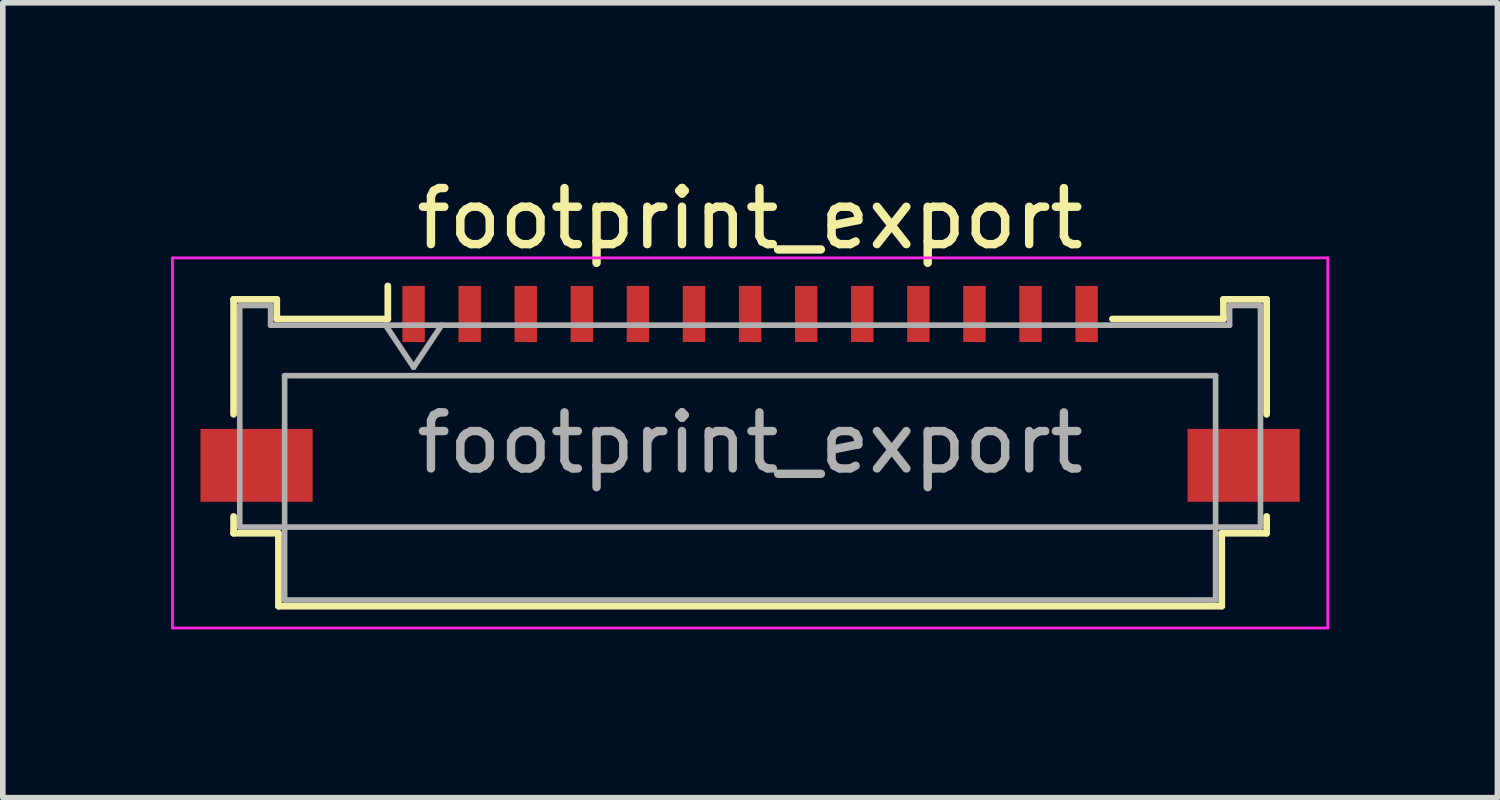
<source format=kicad_pcb>
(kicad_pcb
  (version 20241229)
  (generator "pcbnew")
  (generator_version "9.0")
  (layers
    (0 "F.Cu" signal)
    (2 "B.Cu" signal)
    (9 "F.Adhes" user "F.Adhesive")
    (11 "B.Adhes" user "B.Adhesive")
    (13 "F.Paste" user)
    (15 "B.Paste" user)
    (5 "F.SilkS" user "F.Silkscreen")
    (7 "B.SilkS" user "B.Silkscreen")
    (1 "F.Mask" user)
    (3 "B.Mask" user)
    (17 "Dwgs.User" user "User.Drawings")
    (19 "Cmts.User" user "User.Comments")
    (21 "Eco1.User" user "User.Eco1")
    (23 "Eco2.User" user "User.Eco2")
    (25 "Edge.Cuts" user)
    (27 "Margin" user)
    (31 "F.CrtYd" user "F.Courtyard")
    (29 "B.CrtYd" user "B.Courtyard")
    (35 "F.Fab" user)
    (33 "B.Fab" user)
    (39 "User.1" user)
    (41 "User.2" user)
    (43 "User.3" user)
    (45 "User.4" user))
  (footprint "footprint_export"
    (layer "F.Cu")
    (at 10.325 3.458)
    (property "Reference" "footprint_export" (at 0 -2.61 0) (layer "F.SilkS") (effects (font (size 1 1) (thickness 0.15))))
    (attr smd)
    (fp_line (start -9.21 -1.17) (end -9.21 0.88) (stroke (width 0.12) (type solid)) (layer "F.SilkS"))
    (fp_line (start -9.21 2.7) (end -9.21 3) (stroke (width 0.12) (type solid)) (layer "F.SilkS"))
    (fp_line (start -9.21 3) (end -8.41 3) (stroke (width 0.12) (type solid)) (layer "F.SilkS"))
    (fp_line (start -8.44 -1.17) (end -9.21 -1.17) (stroke (width 0.12) (type solid)) (layer "F.SilkS"))
    (fp_line (start -8.44 -0.82) (end -8.44 -1.17) (stroke (width 0.12) (type solid)) (layer "F.SilkS"))
    (fp_line (start -8.41 3) (end -8.41 4.3) (stroke (width 0.12) (type solid)) (layer "F.SilkS"))
    (fp_line (start -8.41 4.3) (end 8.41 4.3) (stroke (width 0.12) (type solid)) (layer "F.SilkS"))
    (fp_line (start -6.46 -1.41) (end -6.46 -0.82) (stroke (width 0.12) (type solid)) (layer "F.SilkS"))
    (fp_line (start -6.46 -0.82) (end -8.44 -0.82) (stroke (width 0.12) (type solid)) (layer "F.SilkS"))
    (fp_line (start 8.41 3) (end 9.21 3) (stroke (width 0.12) (type solid)) (layer "F.SilkS"))
    (fp_line (start 8.41 4.3) (end 8.41 3) (stroke (width 0.12) (type solid)) (layer "F.SilkS"))
    (fp_line (start 8.44 -1.17) (end 8.44 -0.82) (stroke (width 0.12) (type solid)) (layer "F.SilkS"))
    (fp_line (start 8.44 -0.82) (end 6.46 -0.82) (stroke (width 0.12) (type solid)) (layer "F.SilkS"))
    (fp_line (start 9.21 -1.17) (end 8.44 -1.17) (stroke (width 0.12) (type solid)) (layer "F.SilkS"))
    (fp_line (start 9.21 0.88) (end 9.21 -1.17) (stroke (width 0.12) (type solid)) (layer "F.SilkS"))
    (fp_line (start 9.21 3) (end 9.21 2.7) (stroke (width 0.12) (type solid)) (layer "F.SilkS"))
    (fp_line (start -10.3 -1.91) (end -10.3 4.69) (stroke (width 0.05) (type solid)) (layer "F.CrtYd"))
    (fp_line (start -10.3 4.69) (end 10.3 4.69) (stroke (width 0.05) (type solid)) (layer "F.CrtYd"))
    (fp_line (start 10.3 -1.91) (end -10.3 -1.91) (stroke (width 0.05) (type solid)) (layer "F.CrtYd"))
    (fp_line (start 10.3 4.69) (end 10.3 -1.91) (stroke (width 0.05) (type solid)) (layer "F.CrtYd"))
    (fp_line (start -9.1 -1.06) (end -9.1 2.89) (stroke (width 0.1) (type solid)) (layer "F.Fab"))
    (fp_line (start -9.1 2.89) (end 9.1 2.89) (stroke (width 0.1) (type solid)) (layer "F.Fab"))
    (fp_line (start -8.55 -1.06) (end -9.1 -1.06) (stroke (width 0.1) (type solid)) (layer "F.Fab"))
    (fp_line (start -8.55 -0.71) (end -8.55 -1.06) (stroke (width 0.1) (type solid)) (layer "F.Fab"))
    (fp_line (start -8.3 0.19) (end -8.3 4.19) (stroke (width 0.1) (type solid)) (layer "F.Fab"))
    (fp_line (start -8.3 4.19) (end 8.3 4.19) (stroke (width 0.1) (type solid)) (layer "F.Fab"))
    (fp_line (start -6.5 -0.71) (end -6 0.04) (stroke (width 0.1) (type solid)) (layer "F.Fab"))
    (fp_line (start -6 0.04) (end -5.5 -0.71) (stroke (width 0.1) (type solid)) (layer "F.Fab"))
    (fp_line (start 8.3 0.19) (end -8.3 0.19) (stroke (width 0.1) (type solid)) (layer "F.Fab"))
    (fp_line (start 8.3 4.19) (end 8.3 0.19) (stroke (width 0.1) (type solid)) (layer "F.Fab"))
    (fp_line (start 8.55 -1.06) (end 8.55 -0.71) (stroke (width 0.1) (type solid)) (layer "F.Fab"))
    (fp_line (start 8.55 -0.71) (end -8.55 -0.71) (stroke (width 0.1) (type solid)) (layer "F.Fab"))
    (fp_line (start 9.1 -1.06) (end 8.55 -1.06) (stroke (width 0.1) (type solid)) (layer "F.Fab"))
    (fp_line (start 9.1 2.89) (end 9.1 -1.06) (stroke (width 0.1) (type solid)) (layer "F.Fab"))
    (fp_text user "${REFERENCE}" (at 0 1.39 0) (layer "F.Fab") (effects (font (size 1 1) (thickness 0.15))))
    (pad "1" smd rect (at -6 -0.91) (size 0.4 1) (layers "F.Cu" "F.Mask" "F.Paste"))
    (pad "2" smd rect (at -5 -0.91) (size 0.4 1) (layers "F.Cu" "F.Mask" "F.Paste"))
    (pad "3" smd rect (at -4 -0.91) (size 0.4 1) (layers "F.Cu" "F.Mask" "F.Paste"))
    (pad "4" smd rect (at -3 -0.91) (size 0.4 1) (layers "F.Cu" "F.Mask" "F.Paste"))
    (pad "5" smd rect (at -2 -0.91) (size 0.4 1) (layers "F.Cu" "F.Mask" "F.Paste"))
    (pad "6" smd rect (at -1 -0.91) (size 0.4 1) (layers "F.Cu" "F.Mask" "F.Paste"))
    (pad "7" smd rect (at 0 -0.91) (size 0.4 1) (layers "F.Cu" "F.Mask" "F.Paste"))
    (pad "8" smd rect (at 1 -0.91) (size 0.4 1) (layers "F.Cu" "F.Mask" "F.Paste"))
    (pad "9" smd rect (at 2 -0.91) (size 0.4 1) (layers "F.Cu" "F.Mask" "F.Paste"))
    (pad "10" smd rect (at 3 -0.91) (size 0.4 1) (layers "F.Cu" "F.Mask" "F.Paste"))
    (pad "11" smd rect (at 4 -0.91) (size 0.4 1) (layers "F.Cu" "F.Mask" "F.Paste"))
    (pad "12" smd rect (at 5 -0.91) (size 0.4 1) (layers "F.Cu" "F.Mask" "F.Paste"))
    (pad "13" smd rect (at 6 -0.91) (size 0.4 1) (layers "F.Cu" "F.Mask" "F.Paste"))
    (pad "MP" smd rect (at -8.8 1.79) (size 2 1.3) (layers "F.Cu" "F.Mask" "F.Paste"))
    (pad "MP" smd rect (at 8.8 1.79) (size 2 1.3) (layers "F.Cu" "F.Mask" "F.Paste")))
  (gr_rect
    (start -3 -3)
    (end 23.65 11.173)
    (stroke (width 0.1) (type default))
    (fill no)
    (layer "Edge.Cuts")))
</source>
